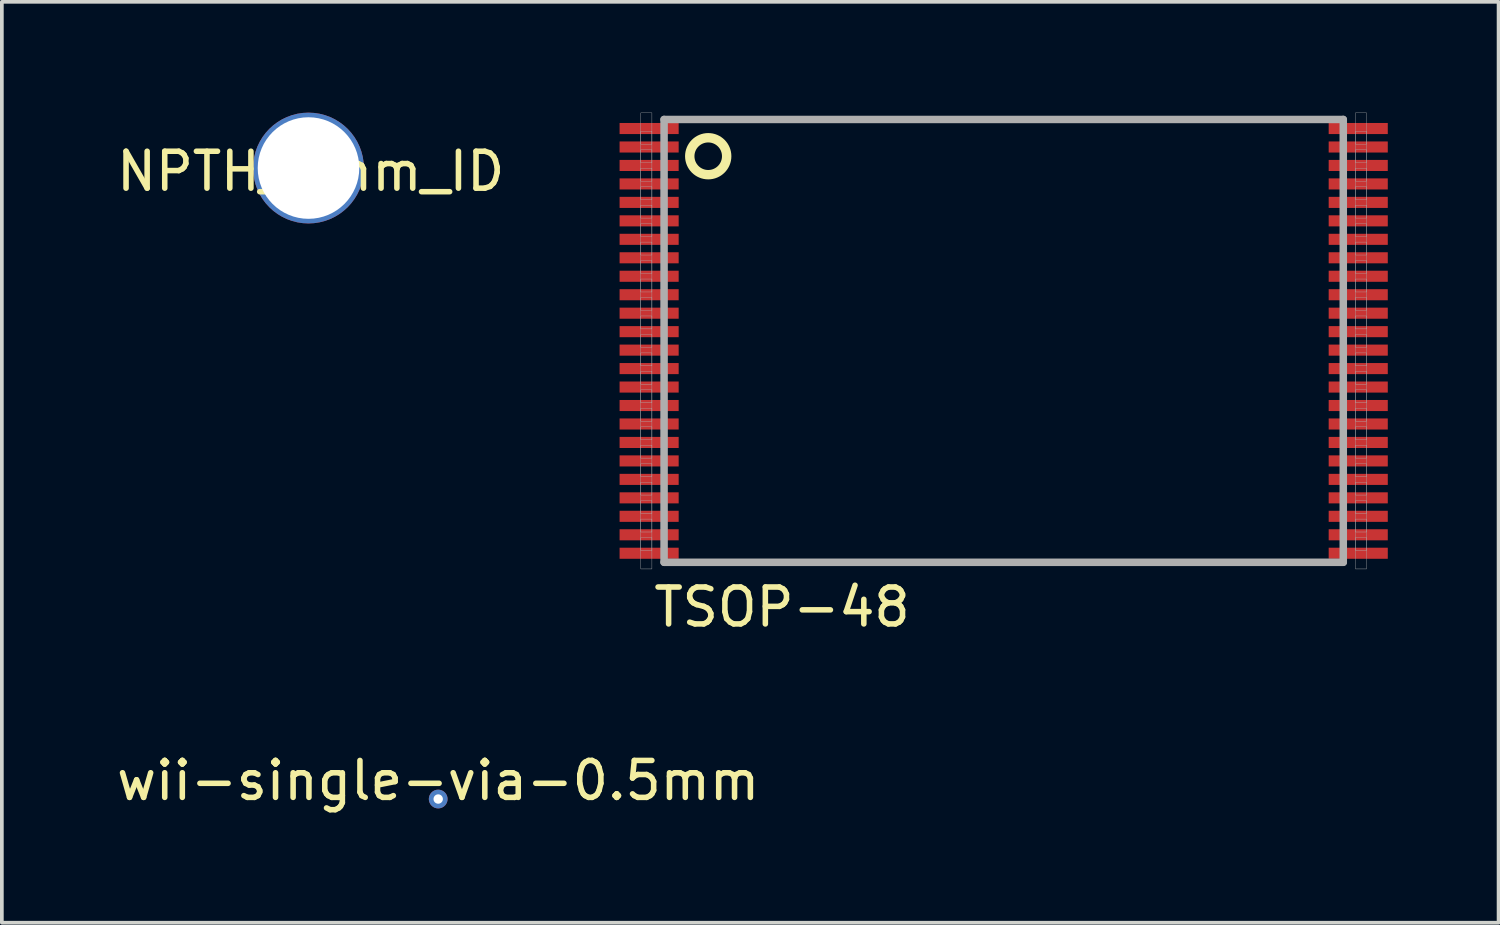
<source format=kicad_pcb>
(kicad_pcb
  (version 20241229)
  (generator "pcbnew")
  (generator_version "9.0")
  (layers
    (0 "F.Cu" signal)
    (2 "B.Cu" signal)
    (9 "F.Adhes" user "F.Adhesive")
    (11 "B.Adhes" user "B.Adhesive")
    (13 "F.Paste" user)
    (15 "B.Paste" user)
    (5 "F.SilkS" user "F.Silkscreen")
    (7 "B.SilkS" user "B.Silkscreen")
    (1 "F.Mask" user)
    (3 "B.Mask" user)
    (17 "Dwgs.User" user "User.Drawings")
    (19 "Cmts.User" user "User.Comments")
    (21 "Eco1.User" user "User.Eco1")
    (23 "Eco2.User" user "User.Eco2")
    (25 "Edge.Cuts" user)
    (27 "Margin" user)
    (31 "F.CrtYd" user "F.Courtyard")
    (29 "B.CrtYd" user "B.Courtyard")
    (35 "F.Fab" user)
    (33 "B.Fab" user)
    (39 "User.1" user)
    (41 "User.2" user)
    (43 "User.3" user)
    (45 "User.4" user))
  (footprint "wii-single-via-0.5mm"
    (layer "F.Cu")
    (at 8.815 18.585)
    (property "Reference" "wii-single-via-0.5mm" (at 0 -0.5 0) (unlocked yes) (layer "F.SilkS") (effects (font (size 1 1) (thickness 0.15))))
    (pad "1" thru_hole circle (at 0 0 270) (size 0.508 0.508) (drill 0.254) (layers "*.Cu" "*.Mask")))
  (footprint "NPTH_3mm_ID"
    (layer "F.Cu")
    (at 5.303 1.5)
    (property "Reference" "NPTH_3mm_ID" (at 0.06 0.09 0) (layer "F.SilkS") (effects (font (size 1 1) (thickness 0.15))))
    (attr through_hole)
    (pad "" np_thru_hole circle (at 0 0) (size 3 3) (drill 2.75) (layers "*.Cu" "*.Mask")))
  (footprint "TSOP-48"
    (layer "F.Cu")
    (at 24.856 6.15)
    (property "Reference" "TSOP-48" (at -6.731 7.239 0) (layer "F.SilkS") (effects (font (size 1 1) (thickness 0.15))))
    (attr through_hole)
    (fp_circle (center -8.73 -4.97) (end -8.23 -4.97) (stroke (width 0.254) (type solid)) (fill no) (layer "F.SilkS"))
    (fp_line (start -9.925 -5.965) (end 8.465 -5.965) (stroke (width 0.203) (type solid)) (layer "F.Fab"))
    (fp_line (start -9.925 6.025) (end -9.925 -5.965) (stroke (width 0.203) (type solid)) (layer "F.Fab"))
    (fp_line (start 8.465 -5.965) (end 8.465 6.025) (stroke (width 0.203) (type solid)) (layer "F.Fab"))
    (fp_line (start 8.465 6.025) (end -9.925 6.025) (stroke (width 0.203) (type solid)) (layer "F.Fab"))
    (fp_poly (pts (xy -10.555 -6.145) (xy -10.255 -6.145) (xy -10.255 -5.295) (xy -10.555 -5.295)) (stroke (width 0.01) (type solid)) (fill no) (layer "F.Fab"))
    (fp_poly (pts (xy -10.555 -5.645) (xy -10.255 -5.645) (xy -10.255 -4.795) (xy -10.555 -4.795)) (stroke (width 0.01) (type solid)) (fill no) (layer "F.Fab"))
    (fp_poly (pts (xy -10.555 -5.145) (xy -10.255 -5.145) (xy -10.255 -4.295) (xy -10.555 -4.295)) (stroke (width 0.01) (type solid)) (fill no) (layer "F.Fab"))
    (fp_poly (pts (xy -10.555 -4.645) (xy -10.255 -4.645) (xy -10.255 -3.795) (xy -10.555 -3.795)) (stroke (width 0.01) (type solid)) (fill no) (layer "F.Fab"))
    (fp_poly (pts (xy -10.555 -4.145) (xy -10.255 -4.145) (xy -10.255 -3.295) (xy -10.555 -3.295)) (stroke (width 0.01) (type solid)) (fill no) (layer "F.Fab"))
    (fp_poly (pts (xy -10.555 -3.645) (xy -10.255 -3.645) (xy -10.255 -2.795) (xy -10.555 -2.795)) (stroke (width 0.01) (type solid)) (fill no) (layer "F.Fab"))
    (fp_poly (pts (xy -10.555 -3.145) (xy -10.255 -3.145) (xy -10.255 -2.295) (xy -10.555 -2.295)) (stroke (width 0.01) (type solid)) (fill no) (layer "F.Fab"))
    (fp_poly (pts (xy -10.555 -2.645) (xy -10.255 -2.645) (xy -10.255 -1.795) (xy -10.555 -1.795)) (stroke (width 0.01) (type solid)) (fill no) (layer "F.Fab"))
    (fp_poly (pts (xy -10.555 -2.145) (xy -10.255 -2.145) (xy -10.255 -1.295) (xy -10.555 -1.295)) (stroke (width 0.01) (type solid)) (fill no) (layer "F.Fab"))
    (fp_poly (pts (xy -10.555 -1.645) (xy -10.255 -1.645) (xy -10.255 -0.795) (xy -10.555 -0.795)) (stroke (width 0.01) (type solid)) (fill no) (layer "F.Fab"))
    (fp_poly (pts (xy -10.555 -1.145) (xy -10.255 -1.145) (xy -10.255 -0.295) (xy -10.555 -0.295)) (stroke (width 0.01) (type solid)) (fill no) (layer "F.Fab"))
    (fp_poly (pts (xy -10.555 -0.645) (xy -10.255 -0.645) (xy -10.255 0.205) (xy -10.555 0.205)) (stroke (width 0.01) (type solid)) (fill no) (layer "F.Fab"))
    (fp_poly (pts (xy -10.555 -0.145) (xy -10.255 -0.145) (xy -10.255 0.705) (xy -10.555 0.705)) (stroke (width 0.01) (type solid)) (fill no) (layer "F.Fab"))
    (fp_poly (pts (xy -10.555 0.355) (xy -10.255 0.355) (xy -10.255 1.205) (xy -10.555 1.205)) (stroke (width 0.01) (type solid)) (fill no) (layer "F.Fab"))
    (fp_poly (pts (xy -10.555 0.855) (xy -10.255 0.855) (xy -10.255 1.705) (xy -10.555 1.705)) (stroke (width 0.01) (type solid)) (fill no) (layer "F.Fab"))
    (fp_poly (pts (xy -10.555 1.355) (xy -10.255 1.355) (xy -10.255 2.205) (xy -10.555 2.205)) (stroke (width 0.01) (type solid)) (fill no) (layer "F.Fab"))
    (fp_poly (pts (xy -10.555 1.855) (xy -10.255 1.855) (xy -10.255 2.705) (xy -10.555 2.705)) (stroke (width 0.01) (type solid)) (fill no) (layer "F.Fab"))
    (fp_poly (pts (xy -10.555 2.355) (xy -10.255 2.355) (xy -10.255 3.205) (xy -10.555 3.205)) (stroke (width 0.01) (type solid)) (fill no) (layer "F.Fab"))
    (fp_poly (pts (xy -10.555 2.855) (xy -10.255 2.855) (xy -10.255 3.705) (xy -10.555 3.705)) (stroke (width 0.01) (type solid)) (fill no) (layer "F.Fab"))
    (fp_poly (pts (xy -10.555 3.355) (xy -10.255 3.355) (xy -10.255 4.205) (xy -10.555 4.205)) (stroke (width 0.01) (type solid)) (fill no) (layer "F.Fab"))
    (fp_poly (pts (xy -10.555 3.855) (xy -10.255 3.855) (xy -10.255 4.705) (xy -10.555 4.705)) (stroke (width 0.01) (type solid)) (fill no) (layer "F.Fab"))
    (fp_poly (pts (xy -10.555 4.355) (xy -10.255 4.355) (xy -10.255 5.205) (xy -10.555 5.205)) (stroke (width 0.01) (type solid)) (fill no) (layer "F.Fab"))
    (fp_poly (pts (xy -10.555 4.855) (xy -10.255 4.855) (xy -10.255 5.705) (xy -10.555 5.705)) (stroke (width 0.01) (type solid)) (fill no) (layer "F.Fab"))
    (fp_poly (pts (xy -10.555 5.355) (xy -10.255 5.355) (xy -10.255 6.205) (xy -10.555 6.205)) (stroke (width 0.01) (type solid)) (fill no) (layer "F.Fab"))
    (fp_poly (pts (xy 8.795 -6.145) (xy 9.095 -6.145) (xy 9.095 -5.295) (xy 8.795 -5.295)) (stroke (width 0.01) (type solid)) (fill no) (layer "F.Fab"))
    (fp_poly (pts (xy 8.795 -5.645) (xy 9.095 -5.645) (xy 9.095 -4.795) (xy 8.795 -4.795)) (stroke (width 0.01) (type solid)) (fill no) (layer "F.Fab"))
    (fp_poly (pts (xy 8.795 -5.145) (xy 9.095 -5.145) (xy 9.095 -4.295) (xy 8.795 -4.295)) (stroke (width 0.01) (type solid)) (fill no) (layer "F.Fab"))
    (fp_poly (pts (xy 8.795 -4.645) (xy 9.095 -4.645) (xy 9.095 -3.795) (xy 8.795 -3.795)) (stroke (width 0.01) (type solid)) (fill no) (layer "F.Fab"))
    (fp_poly (pts (xy 8.795 -4.145) (xy 9.095 -4.145) (xy 9.095 -3.295) (xy 8.795 -3.295)) (stroke (width 0.01) (type solid)) (fill no) (layer "F.Fab"))
    (fp_poly (pts (xy 8.795 -3.645) (xy 9.095 -3.645) (xy 9.095 -2.795) (xy 8.795 -2.795)) (stroke (width 0.01) (type solid)) (fill no) (layer "F.Fab"))
    (fp_poly (pts (xy 8.795 -3.145) (xy 9.095 -3.145) (xy 9.095 -2.295) (xy 8.795 -2.295)) (stroke (width 0.01) (type solid)) (fill no) (layer "F.Fab"))
    (fp_poly (pts (xy 8.795 -2.645) (xy 9.095 -2.645) (xy 9.095 -1.795) (xy 8.795 -1.795)) (stroke (width 0.01) (type solid)) (fill no) (layer "F.Fab"))
    (fp_poly (pts (xy 8.795 -2.145) (xy 9.095 -2.145) (xy 9.095 -1.295) (xy 8.795 -1.295)) (stroke (width 0.01) (type solid)) (fill no) (layer "F.Fab"))
    (fp_poly (pts (xy 8.795 -1.645) (xy 9.095 -1.645) (xy 9.095 -0.795) (xy 8.795 -0.795)) (stroke (width 0.01) (type solid)) (fill no) (layer "F.Fab"))
    (fp_poly (pts (xy 8.795 -1.145) (xy 9.095 -1.145) (xy 9.095 -0.295) (xy 8.795 -0.295)) (stroke (width 0.01) (type solid)) (fill no) (layer "F.Fab"))
    (fp_poly (pts (xy 8.795 -0.645) (xy 9.095 -0.645) (xy 9.095 0.205) (xy 8.795 0.205)) (stroke (width 0.01) (type solid)) (fill no) (layer "F.Fab"))
    (fp_poly (pts (xy 8.795 -0.145) (xy 9.095 -0.145) (xy 9.095 0.705) (xy 8.795 0.705)) (stroke (width 0.01) (type solid)) (fill no) (layer "F.Fab"))
    (fp_poly (pts (xy 8.795 0.355) (xy 9.095 0.355) (xy 9.095 1.205) (xy 8.795 1.205)) (stroke (width 0.01) (type solid)) (fill no) (layer "F.Fab"))
    (fp_poly (pts (xy 8.795 0.855) (xy 9.095 0.855) (xy 9.095 1.705) (xy 8.795 1.705)) (stroke (width 0.01) (type solid)) (fill no) (layer "F.Fab"))
    (fp_poly (pts (xy 8.795 1.355) (xy 9.095 1.355) (xy 9.095 2.205) (xy 8.795 2.205)) (stroke (width 0.01) (type solid)) (fill no) (layer "F.Fab"))
    (fp_poly (pts (xy 8.795 1.855) (xy 9.095 1.855) (xy 9.095 2.705) (xy 8.795 2.705)) (stroke (width 0.01) (type solid)) (fill no) (layer "F.Fab"))
    (fp_poly (pts (xy 8.795 2.355) (xy 9.095 2.355) (xy 9.095 3.205) (xy 8.795 3.205)) (stroke (width 0.01) (type solid)) (fill no) (layer "F.Fab"))
    (fp_poly (pts (xy 8.795 2.855) (xy 9.095 2.855) (xy 9.095 3.705) (xy 8.795 3.705)) (stroke (width 0.01) (type solid)) (fill no) (layer "F.Fab"))
    (fp_poly (pts (xy 8.795 3.355) (xy 9.095 3.355) (xy 9.095 4.205) (xy 8.795 4.205)) (stroke (width 0.01) (type solid)) (fill no) (layer "F.Fab"))
    (fp_poly (pts (xy 8.795 3.855) (xy 9.095 3.855) (xy 9.095 4.705) (xy 8.795 4.705)) (stroke (width 0.01) (type solid)) (fill no) (layer "F.Fab"))
    (fp_poly (pts (xy 8.795 4.355) (xy 9.095 4.355) (xy 9.095 5.205) (xy 8.795 5.205)) (stroke (width 0.01) (type solid)) (fill no) (layer "F.Fab"))
    (fp_poly (pts (xy 8.795 4.855) (xy 9.095 4.855) (xy 9.095 5.705) (xy 8.795 5.705)) (stroke (width 0.01) (type solid)) (fill no) (layer "F.Fab"))
    (fp_poly (pts (xy 8.795 5.355) (xy 9.095 5.355) (xy 9.095 6.205) (xy 8.795 6.205)) (stroke (width 0.01) (type solid)) (fill no) (layer "F.Fab"))
    (pad "1" smd rect (at -10.33 -5.72) (size 1.6 0.3) (layers "F.Cu" "F.Mask" "F.Paste"))
    (pad "2" smd rect (at -10.33 -5.22) (size 1.6 0.3) (layers "F.Cu" "F.Mask" "F.Paste"))
    (pad "3" smd rect (at -10.33 -4.72) (size 1.6 0.3) (layers "F.Cu" "F.Mask" "F.Paste"))
    (pad "4" smd rect (at -10.33 -4.22) (size 1.6 0.3) (layers "F.Cu" "F.Mask" "F.Paste"))
    (pad "5" smd rect (at -10.33 -3.72) (size 1.6 0.3) (layers "F.Cu" "F.Mask" "F.Paste"))
    (pad "6" smd rect (at -10.33 -3.22) (size 1.6 0.3) (layers "F.Cu" "F.Mask" "F.Paste"))
    (pad "7" smd rect (at -10.33 -2.72) (size 1.6 0.3) (layers "F.Cu" "F.Mask" "F.Paste"))
    (pad "8" smd rect (at -10.33 -2.22) (size 1.6 0.3) (layers "F.Cu" "F.Mask" "F.Paste"))
    (pad "9" smd rect (at -10.33 -1.72) (size 1.6 0.3) (layers "F.Cu" "F.Mask" "F.Paste"))
    (pad "10" smd rect (at -10.33 -1.22) (size 1.6 0.3) (layers "F.Cu" "F.Mask" "F.Paste"))
    (pad "11" smd rect (at -10.33 -0.72) (size 1.6 0.3) (layers "F.Cu" "F.Mask" "F.Paste"))
    (pad "12" smd rect (at -10.33 -0.22) (size 1.6 0.3) (layers "F.Cu" "F.Mask" "F.Paste"))
    (pad "13" smd rect (at -10.33 0.28) (size 1.6 0.3) (layers "F.Cu" "F.Mask" "F.Paste"))
    (pad "14" smd rect (at -10.33 0.78) (size 1.6 0.3) (layers "F.Cu" "F.Mask" "F.Paste"))
    (pad "15" smd rect (at -10.33 1.28) (size 1.6 0.3) (layers "F.Cu" "F.Mask" "F.Paste"))
    (pad "16" smd rect (at -10.33 1.78) (size 1.6 0.3) (layers "F.Cu" "F.Mask" "F.Paste"))
    (pad "17" smd rect (at -10.33 2.28) (size 1.6 0.3) (layers "F.Cu" "F.Mask" "F.Paste"))
    (pad "18" smd rect (at -10.33 2.78) (size 1.6 0.3) (layers "F.Cu" "F.Mask" "F.Paste"))
    (pad "19" smd rect (at -10.33 3.28) (size 1.6 0.3) (layers "F.Cu" "F.Mask" "F.Paste"))
    (pad "20" smd rect (at -10.33 3.78) (size 1.6 0.3) (layers "F.Cu" "F.Mask" "F.Paste"))
    (pad "21" smd rect (at -10.33 4.28) (size 1.6 0.3) (layers "F.Cu" "F.Mask" "F.Paste"))
    (pad "22" smd rect (at -10.33 4.78) (size 1.6 0.3) (layers "F.Cu" "F.Mask" "F.Paste"))
    (pad "23" smd rect (at -10.33 5.28) (size 1.6 0.3) (layers "F.Cu" "F.Mask" "F.Paste"))
    (pad "24" smd rect (at -10.33 5.78) (size 1.6 0.3) (layers "F.Cu" "F.Mask" "F.Paste"))
    (pad "25" smd rect (at 8.87 5.78) (size 1.6 0.3) (layers "F.Cu" "F.Mask" "F.Paste"))
    (pad "26" smd rect (at 8.87 5.28) (size 1.6 0.3) (layers "F.Cu" "F.Mask" "F.Paste"))
    (pad "27" smd rect (at 8.87 4.78) (size 1.6 0.3) (layers "F.Cu" "F.Mask" "F.Paste"))
    (pad "28" smd rect (at 8.87 4.28) (size 1.6 0.3) (layers "F.Cu" "F.Mask" "F.Paste"))
    (pad "29" smd rect (at 8.87 3.78) (size 1.6 0.3) (layers "F.Cu" "F.Mask" "F.Paste"))
    (pad "30" smd rect (at 8.87 3.28) (size 1.6 0.3) (layers "F.Cu" "F.Mask" "F.Paste"))
    (pad "31" smd rect (at 8.87 2.78) (size 1.6 0.3) (layers "F.Cu" "F.Mask" "F.Paste"))
    (pad "32" smd rect (at 8.87 2.28) (size 1.6 0.3) (layers "F.Cu" "F.Mask" "F.Paste"))
    (pad "33" smd rect (at 8.87 1.78) (size 1.6 0.3) (layers "F.Cu" "F.Mask" "F.Paste"))
    (pad "34" smd rect (at 8.87 1.28) (size 1.6 0.3) (layers "F.Cu" "F.Mask" "F.Paste"))
    (pad "35" smd rect (at 8.87 0.78) (size 1.6 0.3) (layers "F.Cu" "F.Mask" "F.Paste"))
    (pad "36" smd rect (at 8.87 0.28) (size 1.6 0.3) (layers "F.Cu" "F.Mask" "F.Paste"))
    (pad "37" smd rect (at 8.87 -0.22) (size 1.6 0.3) (layers "F.Cu" "F.Mask" "F.Paste"))
    (pad "38" smd rect (at 8.87 -0.72) (size 1.6 0.3) (layers "F.Cu" "F.Mask" "F.Paste"))
    (pad "39" smd rect (at 8.87 -1.22) (size 1.6 0.3) (layers "F.Cu" "F.Mask" "F.Paste"))
    (pad "40" smd rect (at 8.87 -1.72) (size 1.6 0.3) (layers "F.Cu" "F.Mask" "F.Paste"))
    (pad "41" smd rect (at 8.87 -2.22) (size 1.6 0.3) (layers "F.Cu" "F.Mask" "F.Paste"))
    (pad "42" smd rect (at 8.87 -2.72) (size 1.6 0.3) (layers "F.Cu" "F.Mask" "F.Paste"))
    (pad "43" smd rect (at 8.87 -3.22) (size 1.6 0.3) (layers "F.Cu" "F.Mask" "F.Paste"))
    (pad "44" smd rect (at 8.87 -3.72) (size 1.6 0.3) (layers "F.Cu" "F.Mask" "F.Paste"))
    (pad "45" smd rect (at 8.87 -4.22) (size 1.6 0.3) (layers "F.Cu" "F.Mask" "F.Paste"))
    (pad "46" smd rect (at 8.87 -4.72) (size 1.6 0.3) (layers "F.Cu" "F.Mask" "F.Paste"))
    (pad "47" smd rect (at 8.87 -5.22) (size 1.6 0.3) (layers "F.Cu" "F.Mask" "F.Paste"))
    (pad "48" smd rect (at 8.87 -5.72) (size 1.6 0.3) (layers "F.Cu" "F.Mask" "F.Paste")))
  (gr_rect
    (start -3 -3)
    (end 37.526 21.934)
    (stroke (width 0.1) (type default))
    (fill no)
    (layer "Edge.Cuts")))
</source>
